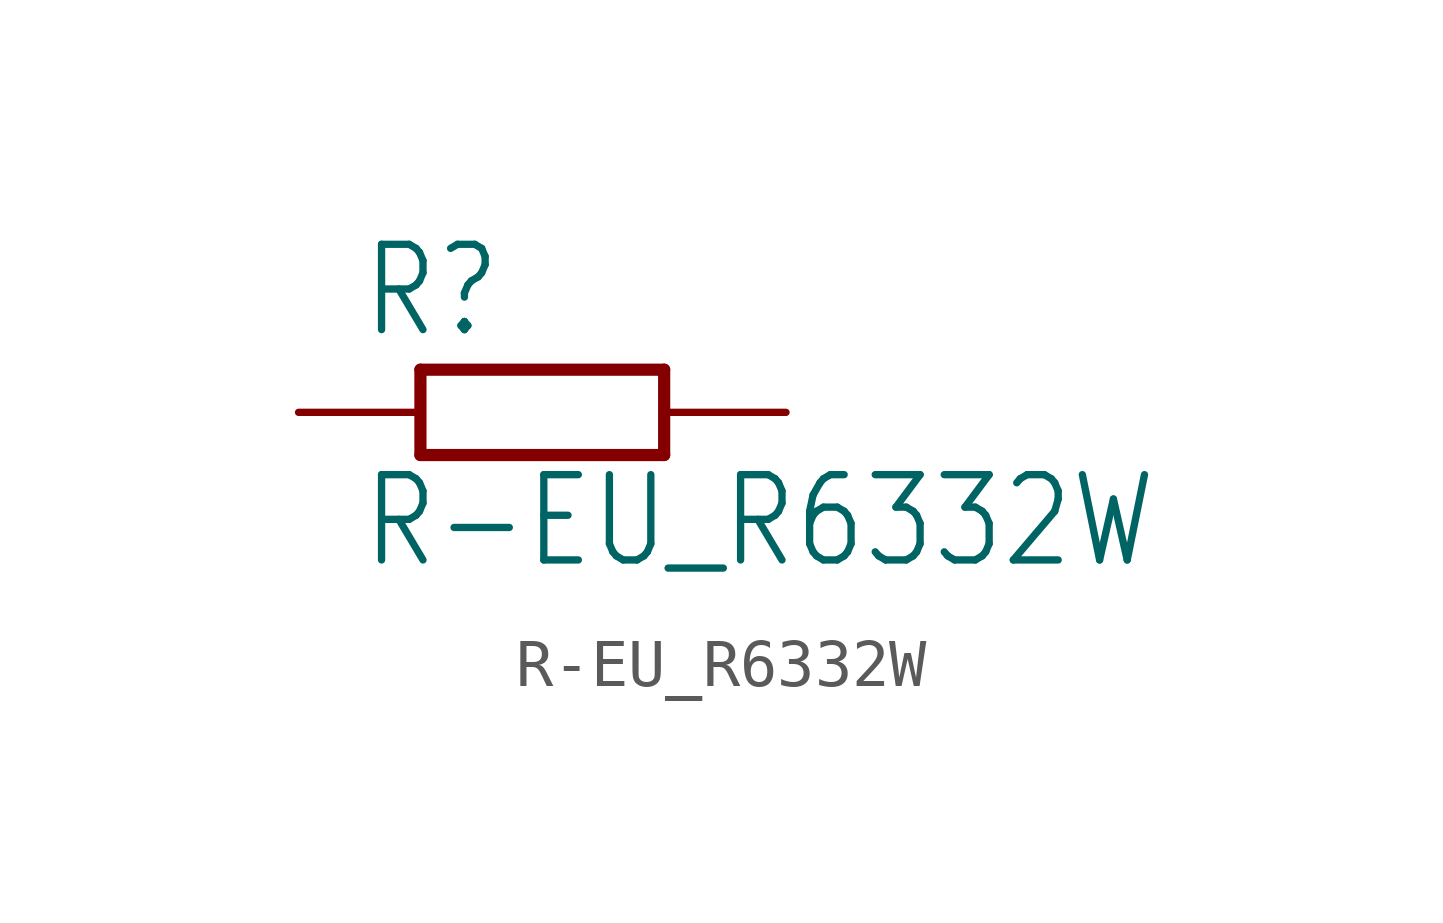
<source format=kicad_sym>
(kicad_symbol_lib
  (version 20201005)
  (generator kicad_symbol_editor)
  (symbol "R-EU_R6332W"
    (property "Reference" "R"
      (at -3.81 1.499 0)
      (effects (font (size 1.778 1.511)) (justify left bottom)))
    (property "Value" "R-EU_R6332W"
      (at -3.81 -3.302 0)
      (effects (font (size 1.778 1.511)) (justify left bottom)))
    (property "ki_locked" ""
      (at 0 0 0)
      (effects (font (size 1.27 1.27))))
    (symbol "R-EU_R6332W_1_0"
      (polyline (pts (xy -2.54 -0.889) (xy 2.54 -0.889)) (stroke (width 0.254)) (fill (type none)))
      (polyline (pts (xy 2.54 0.889) (xy -2.54 0.889)) (stroke (width 0.254)) (fill (type none)))
      (polyline (pts (xy 2.54 -0.889) (xy 2.54 0.889)) (stroke (width 0.254)) (fill (type none)))
      (polyline (pts (xy -2.54 -0.889) (xy -2.54 0.889)) (stroke (width 0.254)) (fill (type none)))
      (pin passive line (at 5.08 0 180) (length 2.54) (name "2" (effects (font (size 0 0)))) (number "2" (effects (font (size 0 0)))))
      (pin passive line (at -5.08 0 0) (length 2.54) (name "1" (effects (font (size 0 0)))) (number "1" (effects (font (size 0 0))))))))
</source>
